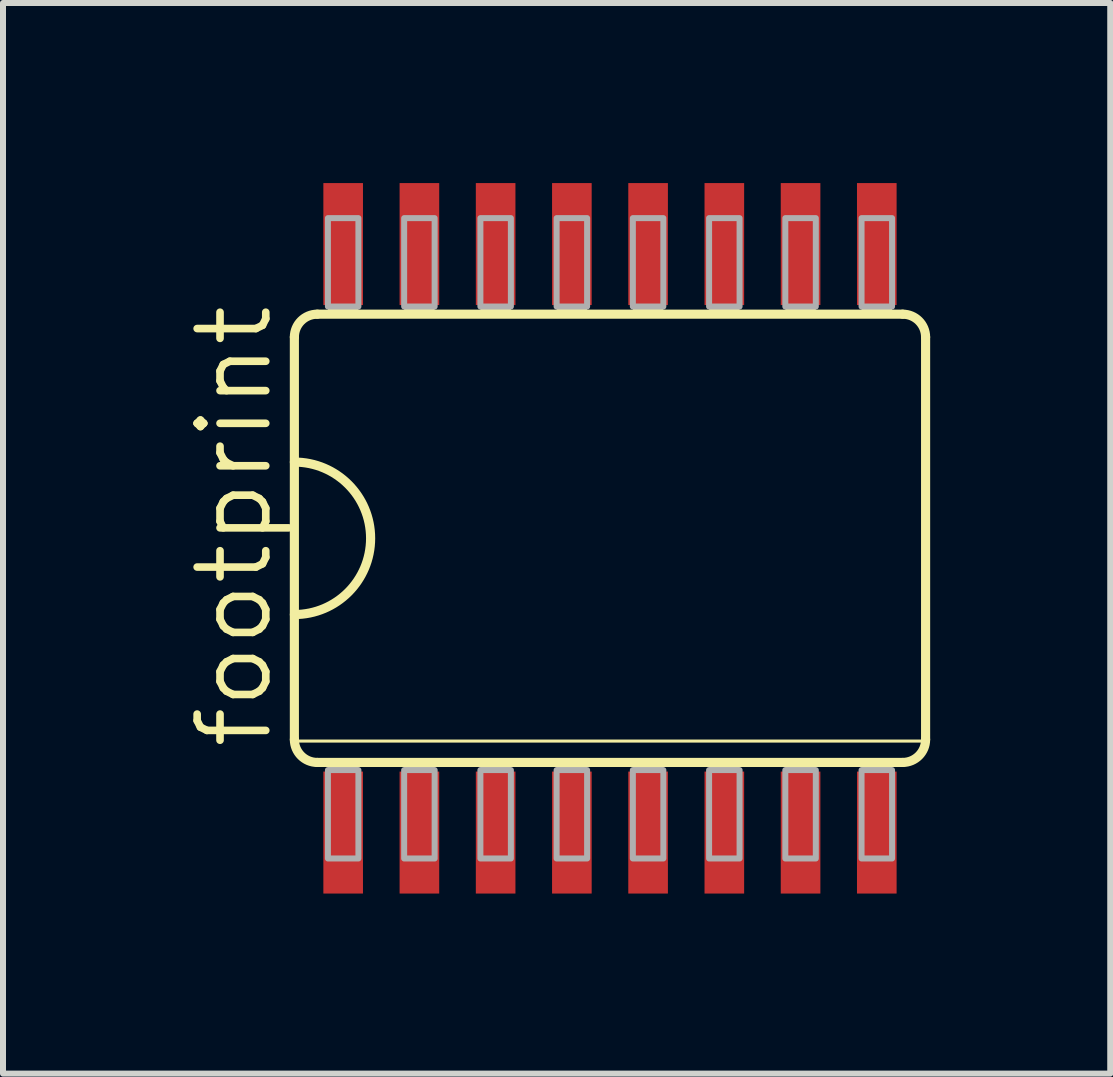
<source format=kicad_pcb>
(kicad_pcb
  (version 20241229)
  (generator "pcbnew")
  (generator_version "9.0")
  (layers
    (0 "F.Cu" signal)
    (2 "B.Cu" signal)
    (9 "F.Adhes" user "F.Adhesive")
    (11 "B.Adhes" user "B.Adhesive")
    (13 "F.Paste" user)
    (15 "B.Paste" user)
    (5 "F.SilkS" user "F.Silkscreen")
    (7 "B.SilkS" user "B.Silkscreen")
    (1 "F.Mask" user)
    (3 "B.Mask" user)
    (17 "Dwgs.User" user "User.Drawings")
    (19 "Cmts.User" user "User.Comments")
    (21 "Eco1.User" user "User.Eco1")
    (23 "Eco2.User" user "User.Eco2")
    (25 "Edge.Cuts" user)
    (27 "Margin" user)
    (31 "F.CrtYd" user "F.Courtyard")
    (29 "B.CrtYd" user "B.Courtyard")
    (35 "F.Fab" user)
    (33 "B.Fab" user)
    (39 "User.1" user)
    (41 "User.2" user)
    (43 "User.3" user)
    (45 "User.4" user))
  (footprint "footprint"
    (layer "F.Cu")
    (at 7.112 5.918)
    (property "Reference" "footprint" (at -5.588 3.556 90) (layer "F.SilkS") (effects (font (size 1.143 1.143) (thickness 0.127)) (justify left bottom)))
    (fp_line (start -5.258 -3.353) (end -5.258 3.353) (stroke (width 0.152) (type solid)) (layer "F.SilkS"))
    (fp_line (start -5.207 3.378) (end 5.232 3.378) (stroke (width 0.051) (type solid)) (layer "F.SilkS"))
    (fp_line (start -4.877 3.734) (end 4.877 3.734) (stroke (width 0.152) (type solid)) (layer "F.SilkS"))
    (fp_line (start 4.877 -3.734) (end -4.877 -3.734) (stroke (width 0.152) (type solid)) (layer "F.SilkS"))
    (fp_line (start 5.258 3.353) (end 5.258 -3.353) (stroke (width 0.152) (type solid)) (layer "F.SilkS"))
    (fp_arc (start -5.2578 -3.3528) (mid -5.146208 -3.622208) (end -4.8768 -3.7338) (stroke (width 0.1524) (type solid)) (layer "F.SilkS"))
    (fp_arc (start -5.2578 -1.27) (mid -3.9878 0) (end -5.2578 1.27) (stroke (width 0.1524) (type solid)) (layer "F.SilkS"))
    (fp_arc (start -4.8768 3.7338) (mid -5.146208 3.622208) (end -5.2578 3.3528) (stroke (width 0.1524) (type solid)) (layer "F.SilkS"))
    (fp_arc (start 4.8768 -3.7338) (mid 5.146208 -3.622208) (end 5.2578 -3.3528) (stroke (width 0.1524) (type solid)) (layer "F.SilkS"))
    (fp_arc (start 5.2578 3.3528) (mid 5.146208 3.622208) (end 4.8768 3.7338) (stroke (width 0.1524) (type solid)) (layer "F.SilkS"))
    (fp_poly (pts (xy -4.699 -3.734) (xy -4.191 -3.734) (xy -4.191 -3.861) (xy -4.699 -3.861)) (stroke (width 0) (type solid)) (fill yes) (layer "F.SilkS"))
    (fp_poly (pts (xy -4.699 3.861) (xy -4.191 3.861) (xy -4.191 3.734) (xy -4.699 3.734)) (stroke (width 0) (type solid)) (fill yes) (layer "F.SilkS"))
    (fp_poly (pts (xy -3.429 -3.734) (xy -2.921 -3.734) (xy -2.921 -3.861) (xy -3.429 -3.861)) (stroke (width 0) (type solid)) (fill yes) (layer "F.SilkS"))
    (fp_poly (pts (xy -3.429 3.861) (xy -2.921 3.861) (xy -2.921 3.734) (xy -3.429 3.734)) (stroke (width 0) (type solid)) (fill yes) (layer "F.SilkS"))
    (fp_poly (pts (xy -2.159 -3.734) (xy -1.651 -3.734) (xy -1.651 -3.861) (xy -2.159 -3.861)) (stroke (width 0) (type solid)) (fill yes) (layer "F.SilkS"))
    (fp_poly (pts (xy -2.159 3.861) (xy -1.651 3.861) (xy -1.651 3.734) (xy -2.159 3.734)) (stroke (width 0) (type solid)) (fill yes) (layer "F.SilkS"))
    (fp_poly (pts (xy -0.889 -3.734) (xy -0.381 -3.734) (xy -0.381 -3.861) (xy -0.889 -3.861)) (stroke (width 0) (type solid)) (fill yes) (layer "F.SilkS"))
    (fp_poly (pts (xy -0.889 3.861) (xy -0.381 3.861) (xy -0.381 3.734) (xy -0.889 3.734)) (stroke (width 0) (type solid)) (fill yes) (layer "F.SilkS"))
    (fp_poly (pts (xy 0.381 -3.734) (xy 0.889 -3.734) (xy 0.889 -3.861) (xy 0.381 -3.861)) (stroke (width 0) (type solid)) (fill yes) (layer "F.SilkS"))
    (fp_poly (pts (xy 0.381 3.861) (xy 0.889 3.861) (xy 0.889 3.734) (xy 0.381 3.734)) (stroke (width 0) (type solid)) (fill yes) (layer "F.SilkS"))
    (fp_poly (pts (xy 1.651 -3.734) (xy 2.159 -3.734) (xy 2.159 -3.861) (xy 1.651 -3.861)) (stroke (width 0) (type solid)) (fill yes) (layer "F.SilkS"))
    (fp_poly (pts (xy 1.651 3.861) (xy 2.159 3.861) (xy 2.159 3.734) (xy 1.651 3.734)) (stroke (width 0) (type solid)) (fill yes) (layer "F.SilkS"))
    (fp_poly (pts (xy 2.921 -3.734) (xy 3.429 -3.734) (xy 3.429 -3.861) (xy 2.921 -3.861)) (stroke (width 0) (type solid)) (fill yes) (layer "F.SilkS"))
    (fp_poly (pts (xy 2.921 3.861) (xy 3.429 3.861) (xy 3.429 3.734) (xy 2.921 3.734)) (stroke (width 0) (type solid)) (fill yes) (layer "F.SilkS"))
    (fp_poly (pts (xy 4.191 -3.734) (xy 4.699 -3.734) (xy 4.699 -3.861) (xy 4.191 -3.861)) (stroke (width 0) (type solid)) (fill yes) (layer "F.SilkS"))
    (fp_poly (pts (xy 4.191 3.861) (xy 4.699 3.861) (xy 4.699 3.734) (xy 4.191 3.734)) (stroke (width 0) (type solid)) (fill yes) (layer "F.SilkS"))
    (fp_poly (pts (xy -4.699 -3.861) (xy -4.191 -3.861) (xy -4.191 -5.334) (xy -4.699 -5.334)) (stroke (width 0.1) (type solid)) (fill no) (layer "F.Fab"))
    (fp_poly (pts (xy -4.699 5.334) (xy -4.191 5.334) (xy -4.191 3.861) (xy -4.699 3.861)) (stroke (width 0.1) (type solid)) (fill no) (layer "F.Fab"))
    (fp_poly (pts (xy -3.429 -3.861) (xy -2.921 -3.861) (xy -2.921 -5.334) (xy -3.429 -5.334)) (stroke (width 0.1) (type solid)) (fill no) (layer "F.Fab"))
    (fp_poly (pts (xy -3.429 5.334) (xy -2.921 5.334) (xy -2.921 3.861) (xy -3.429 3.861)) (stroke (width 0.1) (type solid)) (fill no) (layer "F.Fab"))
    (fp_poly (pts (xy -2.159 -3.861) (xy -1.651 -3.861) (xy -1.651 -5.334) (xy -2.159 -5.334)) (stroke (width 0.1) (type solid)) (fill no) (layer "F.Fab"))
    (fp_poly (pts (xy -2.159 5.334) (xy -1.651 5.334) (xy -1.651 3.861) (xy -2.159 3.861)) (stroke (width 0.1) (type solid)) (fill no) (layer "F.Fab"))
    (fp_poly (pts (xy -0.889 -3.861) (xy -0.381 -3.861) (xy -0.381 -5.334) (xy -0.889 -5.334)) (stroke (width 0.1) (type solid)) (fill no) (layer "F.Fab"))
    (fp_poly (pts (xy -0.889 5.334) (xy -0.381 5.334) (xy -0.381 3.861) (xy -0.889 3.861)) (stroke (width 0.1) (type solid)) (fill no) (layer "F.Fab"))
    (fp_poly (pts (xy 0.381 -3.861) (xy 0.889 -3.861) (xy 0.889 -5.334) (xy 0.381 -5.334)) (stroke (width 0.1) (type solid)) (fill no) (layer "F.Fab"))
    (fp_poly (pts (xy 0.381 5.334) (xy 0.889 5.334) (xy 0.889 3.861) (xy 0.381 3.861)) (stroke (width 0.1) (type solid)) (fill no) (layer "F.Fab"))
    (fp_poly (pts (xy 1.651 -3.861) (xy 2.159 -3.861) (xy 2.159 -5.334) (xy 1.651 -5.334)) (stroke (width 0.1) (type solid)) (fill no) (layer "F.Fab"))
    (fp_poly (pts (xy 1.651 5.334) (xy 2.159 5.334) (xy 2.159 3.861) (xy 1.651 3.861)) (stroke (width 0.1) (type solid)) (fill no) (layer "F.Fab"))
    (fp_poly (pts (xy 2.921 -3.861) (xy 3.429 -3.861) (xy 3.429 -5.334) (xy 2.921 -5.334)) (stroke (width 0.1) (type solid)) (fill no) (layer "F.Fab"))
    (fp_poly (pts (xy 2.921 5.334) (xy 3.429 5.334) (xy 3.429 3.861) (xy 2.921 3.861)) (stroke (width 0.1) (type solid)) (fill no) (layer "F.Fab"))
    (fp_poly (pts (xy 4.191 -3.861) (xy 4.699 -3.861) (xy 4.699 -5.334) (xy 4.191 -5.334)) (stroke (width 0.1) (type solid)) (fill no) (layer "F.Fab"))
    (fp_poly (pts (xy 4.191 5.334) (xy 4.699 5.334) (xy 4.699 3.861) (xy 4.191 3.861)) (stroke (width 0.1) (type solid)) (fill no) (layer "F.Fab"))
    (pad "1" smd rect (at -4.445 4.902) (size 0.66 2.032) (layers "F.Cu" "F.Mask" "F.Paste"))
    (pad "2" smd rect (at -3.175 4.902) (size 0.66 2.032) (layers "F.Cu" "F.Mask" "F.Paste"))
    (pad "3" smd rect (at -1.905 4.902) (size 0.66 2.032) (layers "F.Cu" "F.Mask" "F.Paste"))
    (pad "4" smd rect (at -0.635 4.902) (size 0.66 2.032) (layers "F.Cu" "F.Mask" "F.Paste"))
    (pad "5" smd rect (at 0.635 4.902) (size 0.66 2.032) (layers "F.Cu" "F.Mask" "F.Paste"))
    (pad "6" smd rect (at 1.905 4.902) (size 0.66 2.032) (layers "F.Cu" "F.Mask" "F.Paste"))
    (pad "7" smd rect (at 3.175 4.902) (size 0.66 2.032) (layers "F.Cu" "F.Mask" "F.Paste"))
    (pad "8" smd rect (at 4.445 4.902) (size 0.66 2.032) (layers "F.Cu" "F.Mask" "F.Paste"))
    (pad "9" smd rect (at 4.445 -4.902) (size 0.66 2.032) (layers "F.Cu" "F.Mask" "F.Paste"))
    (pad "10" smd rect (at 3.175 -4.902) (size 0.66 2.032) (layers "F.Cu" "F.Mask" "F.Paste"))
    (pad "11" smd rect (at 1.905 -4.902) (size 0.66 2.032) (layers "F.Cu" "F.Mask" "F.Paste"))
    (pad "12" smd rect (at 0.635 -4.902) (size 0.66 2.032) (layers "F.Cu" "F.Mask" "F.Paste"))
    (pad "13" smd rect (at -0.635 -4.902) (size 0.66 2.032) (layers "F.Cu" "F.Mask" "F.Paste"))
    (pad "14" smd rect (at -1.905 -4.902) (size 0.66 2.032) (layers "F.Cu" "F.Mask" "F.Paste"))
    (pad "15" smd rect (at -3.175 -4.902) (size 0.66 2.032) (layers "F.Cu" "F.Mask" "F.Paste"))
    (pad "16" smd rect (at -4.445 -4.902) (size 0.66 2.032) (layers "F.Cu" "F.Mask" "F.Paste")))
  (gr_rect
    (start -3 -3)
    (end 15.446 14.836)
    (stroke (width 0.1) (type default))
    (fill no)
    (layer "Edge.Cuts")))
</source>
